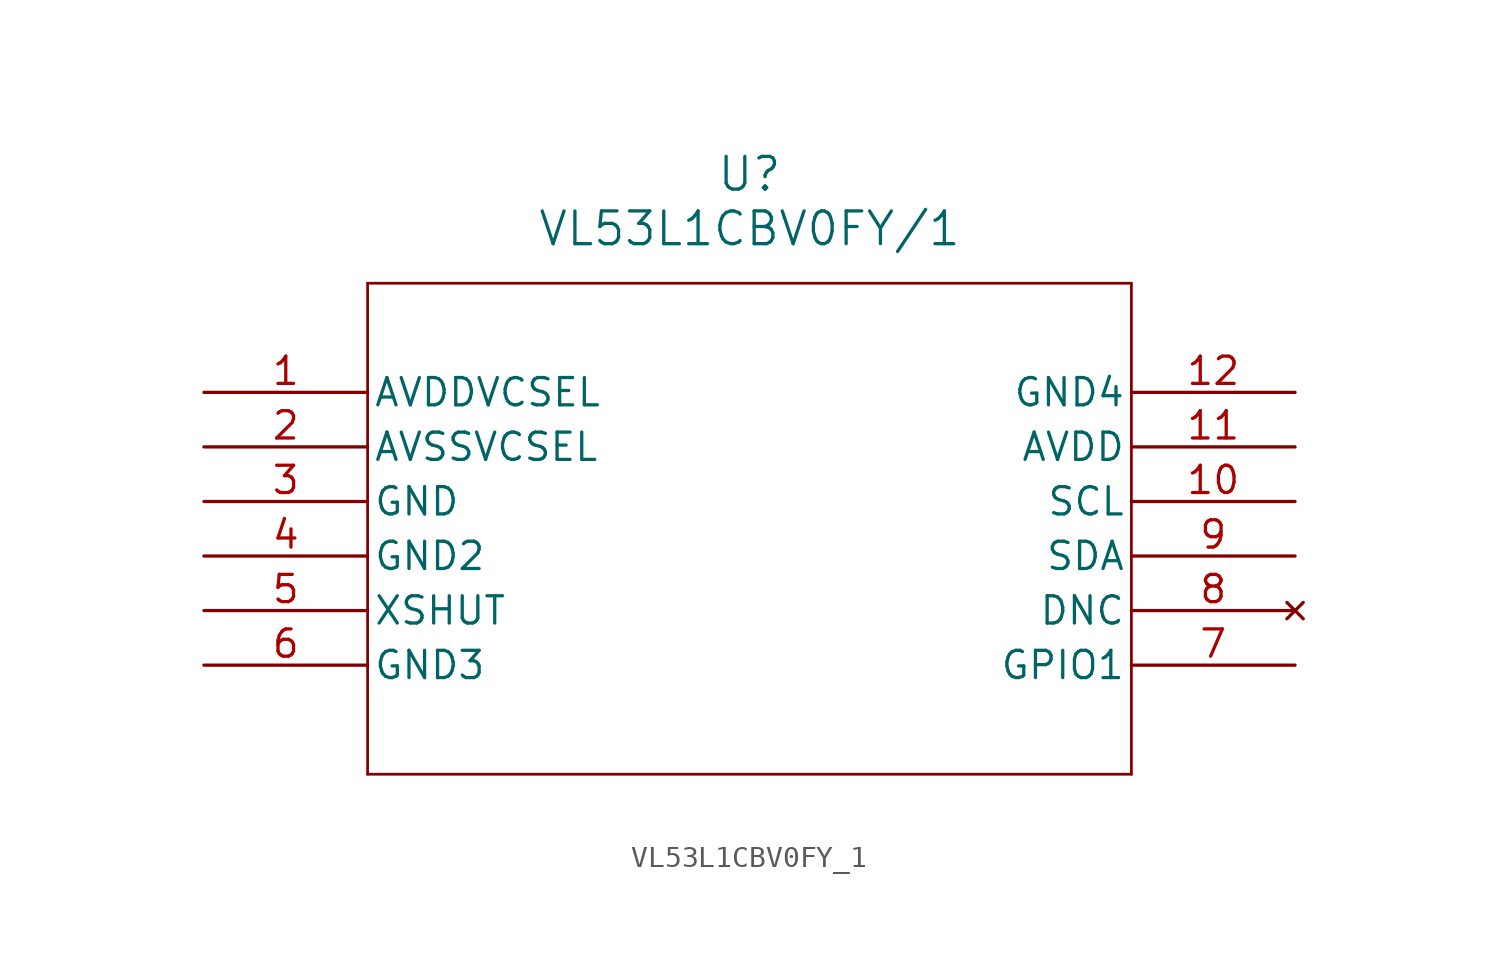
<source format=kicad_sym>
(kicad_symbol_lib
  (version 20211014)
  (generator kicad_symbol_editor)
  (symbol "VL53L1CBV0FY_1"
    (pin_names
      (offset 0.254))
    (property "Reference" "U"
      (at 25.4 10.16 0)
      (effects (font (size 1.524 1.524))))
    (property "Value" "VL53L1CBV0FY/1"
      (at 25.4 7.62 0)
      (effects (font (size 1.524 1.524))))
    (symbol "VL53L1CBV0FY_1_0_1"
      (polyline (pts (xy 7.62 5.08) (xy 7.62 -17.78)) (stroke (width 0.127) (type default) (color 0 0 0 0)) (fill (type none)))
      (polyline (pts (xy 7.62 -17.78) (xy 43.18 -17.78)) (stroke (width 0.127) (type default) (color 0 0 0 0)) (fill (type none)))
      (polyline (pts (xy 43.18 -17.78) (xy 43.18 5.08)) (stroke (width 0.127) (type default) (color 0 0 0 0)) (fill (type none)))
      (polyline (pts (xy 43.18 5.08) (xy 7.62 5.08)) (stroke (width 0.127) (type default) (color 0 0 0 0)) (fill (type none)))
      (pin power_in line (at 0 0 0) (length 7.62) (name "AVDDVCSEL" (effects (font (size 1.27 1.27)))) (number "1" (effects (font (size 1.27 1.27)))))
      (pin power_out line (at 0 -2.54 0) (length 7.62) (name "AVSSVCSEL" (effects (font (size 1.27 1.27)))) (number "2" (effects (font (size 1.27 1.27)))))
      (pin power_out line (at 0 -5.08 0) (length 7.62) (name "GND" (effects (font (size 1.27 1.27)))) (number "3" (effects (font (size 1.27 1.27)))))
      (pin power_out line (at 0 -7.62 0) (length 7.62) (name "GND2" (effects (font (size 1.27 1.27)))) (number "4" (effects (font (size 1.27 1.27)))))
      (pin unspecified line (at 0 -10.16 0) (length 7.62) (name "XSHUT" (effects (font (size 1.27 1.27)))) (number "5" (effects (font (size 1.27 1.27)))))
      (pin power_out line (at 0 -12.7 0) (length 7.62) (name "GND3" (effects (font (size 1.27 1.27)))) (number "6" (effects (font (size 1.27 1.27)))))
      (pin unspecified line (at 50.8 -12.7 180) (length 7.62) (name "GPIO1" (effects (font (size 1.27 1.27)))) (number "7" (effects (font (size 1.27 1.27)))))
      (pin no_connect line (at 50.8 -10.16 180) (length 7.62) (name "DNC" (effects (font (size 1.27 1.27)))) (number "8" (effects (font (size 1.27 1.27)))))
      (pin unspecified line (at 50.8 -7.62 180) (length 7.62) (name "SDA" (effects (font (size 1.27 1.27)))) (number "9" (effects (font (size 1.27 1.27)))))
      (pin unspecified line (at 50.8 -5.08 180) (length 7.62) (name "SCL" (effects (font (size 1.27 1.27)))) (number "10" (effects (font (size 1.27 1.27)))))
      (pin power_in line (at 50.8 -2.54 180) (length 7.62) (name "AVDD" (effects (font (size 1.27 1.27)))) (number "11" (effects (font (size 1.27 1.27)))))
      (pin power_out line (at 50.8 0 180) (length 7.62) (name "GND4" (effects (font (size 1.27 1.27)))) (number "12" (effects (font (size 1.27 1.27))))))))
</source>
